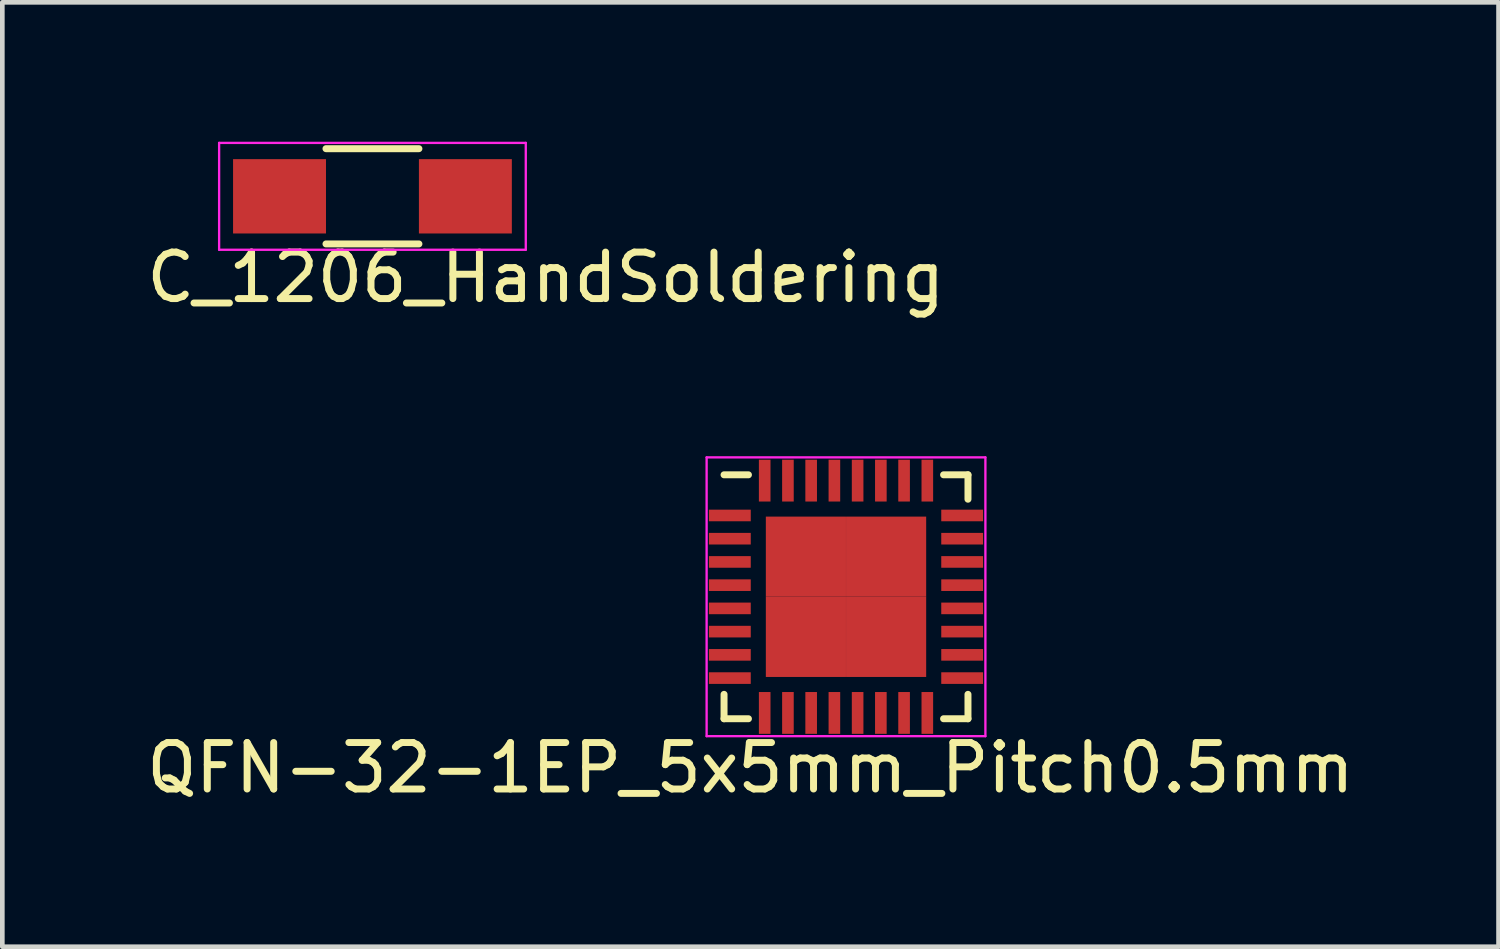
<source format=kicad_pcb>
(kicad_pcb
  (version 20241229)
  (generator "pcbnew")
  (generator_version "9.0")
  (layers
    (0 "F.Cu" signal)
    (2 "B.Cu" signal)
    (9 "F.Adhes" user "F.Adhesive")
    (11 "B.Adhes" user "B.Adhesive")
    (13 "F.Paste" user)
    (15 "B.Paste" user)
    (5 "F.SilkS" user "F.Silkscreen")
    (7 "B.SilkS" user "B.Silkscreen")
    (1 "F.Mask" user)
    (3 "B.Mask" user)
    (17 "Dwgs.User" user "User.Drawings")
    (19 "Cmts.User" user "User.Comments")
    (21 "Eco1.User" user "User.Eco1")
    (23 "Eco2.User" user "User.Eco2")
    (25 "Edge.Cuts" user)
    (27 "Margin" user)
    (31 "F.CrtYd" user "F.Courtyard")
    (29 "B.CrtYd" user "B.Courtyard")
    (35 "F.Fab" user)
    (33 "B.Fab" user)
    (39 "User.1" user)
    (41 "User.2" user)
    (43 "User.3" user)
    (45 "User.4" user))
  (footprint "QFN-32-1EP_5x5mm_Pitch0.5mm"
    (layer "F.Cu")
    (at 15.158 9.794)
    (property "Reference" "QFN-32-1EP_5x5mm_Pitch0.5mm" (at -2.056 3.682 0) (layer "F.SilkS") (effects (font (size 1 1) (thickness 0.15))))
    (attr smd)
    (fp_line (start -2.625 -2.625) (end -2.1 -2.625) (stroke (width 0.15) (type solid)) (layer "F.SilkS"))
    (fp_line (start -2.625 2.625) (end -2.625 2.1) (stroke (width 0.15) (type solid)) (layer "F.SilkS"))
    (fp_line (start -2.625 2.625) (end -2.1 2.625) (stroke (width 0.15) (type solid)) (layer "F.SilkS"))
    (fp_line (start 2.625 -2.625) (end 2.1 -2.625) (stroke (width 0.15) (type solid)) (layer "F.SilkS"))
    (fp_line (start 2.625 -2.625) (end 2.625 -2.1) (stroke (width 0.15) (type solid)) (layer "F.SilkS"))
    (fp_line (start 2.625 2.625) (end 2.1 2.625) (stroke (width 0.15) (type solid)) (layer "F.SilkS"))
    (fp_line (start 2.625 2.625) (end 2.625 2.1) (stroke (width 0.15) (type solid)) (layer "F.SilkS"))
    (fp_line (start -3 -3) (end -3 3) (stroke (width 0.05) (type solid)) (layer "F.CrtYd"))
    (fp_line (start -3 -3) (end 3 -3) (stroke (width 0.05) (type solid)) (layer "F.CrtYd"))
    (fp_line (start -3 3) (end 3 3) (stroke (width 0.05) (type solid)) (layer "F.CrtYd"))
    (fp_line (start 3 -3) (end 3 3) (stroke (width 0.05) (type solid)) (layer "F.CrtYd"))
    (pad "1" smd rect (at -2.5 -1.75) (size 0.9 0.25) (layers "F.Cu" "F.Mask" "F.Paste"))
    (pad "2" smd rect (at -2.5 -1.25) (size 0.9 0.25) (layers "F.Cu" "F.Mask" "F.Paste"))
    (pad "3" smd rect (at -2.5 -0.75) (size 0.9 0.25) (layers "F.Cu" "F.Mask" "F.Paste"))
    (pad "4" smd rect (at -2.5 -0.25) (size 0.9 0.25) (layers "F.Cu" "F.Mask" "F.Paste"))
    (pad "5" smd rect (at -2.5 0.25) (size 0.9 0.25) (layers "F.Cu" "F.Mask" "F.Paste"))
    (pad "6" smd rect (at -2.5 0.75) (size 0.9 0.25) (layers "F.Cu" "F.Mask" "F.Paste"))
    (pad "7" smd rect (at -2.5 1.25) (size 0.9 0.25) (layers "F.Cu" "F.Mask" "F.Paste"))
    (pad "8" smd rect (at -2.5 1.75) (size 0.9 0.25) (layers "F.Cu" "F.Mask" "F.Paste"))
    (pad "9" smd rect (at -1.75 2.5 90) (size 0.9 0.25) (layers "F.Cu" "F.Mask" "F.Paste"))
    (pad "10" smd rect (at -1.25 2.5 90) (size 0.9 0.25) (layers "F.Cu" "F.Mask" "F.Paste"))
    (pad "11" smd rect (at -0.75 2.5 90) (size 0.9 0.25) (layers "F.Cu" "F.Mask" "F.Paste"))
    (pad "12" smd rect (at -0.25 2.5 90) (size 0.9 0.25) (layers "F.Cu" "F.Mask" "F.Paste"))
    (pad "13" smd rect (at 0.25 2.5 90) (size 0.9 0.25) (layers "F.Cu" "F.Mask" "F.Paste"))
    (pad "14" smd rect (at 0.75 2.5 90) (size 0.9 0.25) (layers "F.Cu" "F.Mask" "F.Paste"))
    (pad "15" smd rect (at 1.25 2.5 90) (size 0.9 0.25) (layers "F.Cu" "F.Mask" "F.Paste"))
    (pad "16" smd rect (at 1.75 2.5 90) (size 0.9 0.25) (layers "F.Cu" "F.Mask" "F.Paste"))
    (pad "17" smd rect (at 2.5 1.75) (size 0.9 0.25) (layers "F.Cu" "F.Mask" "F.Paste"))
    (pad "18" smd rect (at 2.5 1.25) (size 0.9 0.25) (layers "F.Cu" "F.Mask" "F.Paste"))
    (pad "19" smd rect (at 2.5 0.75) (size 0.9 0.25) (layers "F.Cu" "F.Mask" "F.Paste"))
    (pad "20" smd rect (at 2.5 0.25) (size 0.9 0.25) (layers "F.Cu" "F.Mask" "F.Paste"))
    (pad "21" smd rect (at 2.5 -0.25) (size 0.9 0.25) (layers "F.Cu" "F.Mask" "F.Paste"))
    (pad "22" smd rect (at 2.5 -0.75) (size 0.9 0.25) (layers "F.Cu" "F.Mask" "F.Paste"))
    (pad "23" smd rect (at 2.5 -1.25) (size 0.9 0.25) (layers "F.Cu" "F.Mask" "F.Paste"))
    (pad "24" smd rect (at 2.5 -1.75) (size 0.9 0.25) (layers "F.Cu" "F.Mask" "F.Paste"))
    (pad "25" smd rect (at 1.75 -2.5 90) (size 0.9 0.25) (layers "F.Cu" "F.Mask" "F.Paste"))
    (pad "26" smd rect (at 1.25 -2.5 90) (size 0.9 0.25) (layers "F.Cu" "F.Mask" "F.Paste"))
    (pad "27" smd rect (at 0.75 -2.5 90) (size 0.9 0.25) (layers "F.Cu" "F.Mask" "F.Paste"))
    (pad "28" smd rect (at 0.25 -2.5 90) (size 0.9 0.25) (layers "F.Cu" "F.Mask" "F.Paste"))
    (pad "29" smd rect (at -0.25 -2.5 90) (size 0.9 0.25) (layers "F.Cu" "F.Mask" "F.Paste"))
    (pad "30" smd rect (at -0.75 -2.5 90) (size 0.9 0.25) (layers "F.Cu" "F.Mask" "F.Paste"))
    (pad "31" smd rect (at -1.25 -2.5 90) (size 0.9 0.25) (layers "F.Cu" "F.Mask" "F.Paste"))
    (pad "32" smd rect (at -1.75 -2.5 90) (size 0.9 0.25) (layers "F.Cu" "F.Mask" "F.Paste"))
    (pad "33" smd rect (at -0.863 -0.863) (size 1.725 1.725) (layers "F.Cu" "F.Mask" "F.Paste"))
    (pad "33" smd rect (at -0.863 0.863) (size 1.725 1.725) (layers "F.Cu" "F.Mask" "F.Paste"))
    (pad "33" smd rect (at 0.863 -0.863) (size 1.725 1.725) (layers "F.Cu" "F.Mask" "F.Paste"))
    (pad "33" smd rect (at 0.863 0.863) (size 1.725 1.725) (layers "F.Cu" "F.Mask" "F.Paste")))
  (footprint "C_1206_HandSoldering"
    (layer "F.Cu")
    (at 4.966 1.175)
    (property "Reference" "C_1206_HandSoldering" (at 3.731 1.746 0) (layer "F.SilkS") (effects (font (size 1 1) (thickness 0.15))))
    (attr smd)
    (fp_line (start -1 1.025) (end 1 1.025) (stroke (width 0.15) (type solid)) (layer "F.SilkS"))
    (fp_line (start 1 -1.025) (end -1 -1.025) (stroke (width 0.15) (type solid)) (layer "F.SilkS"))
    (fp_line (start -3.3 -1.15) (end -3.3 1.15) (stroke (width 0.05) (type solid)) (layer "F.CrtYd"))
    (fp_line (start -3.3 -1.15) (end 3.3 -1.15) (stroke (width 0.05) (type solid)) (layer "F.CrtYd"))
    (fp_line (start -3.3 1.15) (end 3.3 1.15) (stroke (width 0.05) (type solid)) (layer "F.CrtYd"))
    (fp_line (start 3.3 -1.15) (end 3.3 1.15) (stroke (width 0.05) (type solid)) (layer "F.CrtYd"))
    (pad "1" smd rect (at -2 0) (size 2 1.6) (layers "F.Cu" "F.Mask" "F.Paste"))
    (pad "2" smd rect (at 2 0) (size 2 1.6) (layers "F.Cu" "F.Mask" "F.Paste")))
  (gr_rect
    (start -3 -3)
    (end 29.202 17.325)
    (stroke (width 0.1) (type default))
    (fill no)
    (layer "Edge.Cuts")))
</source>
